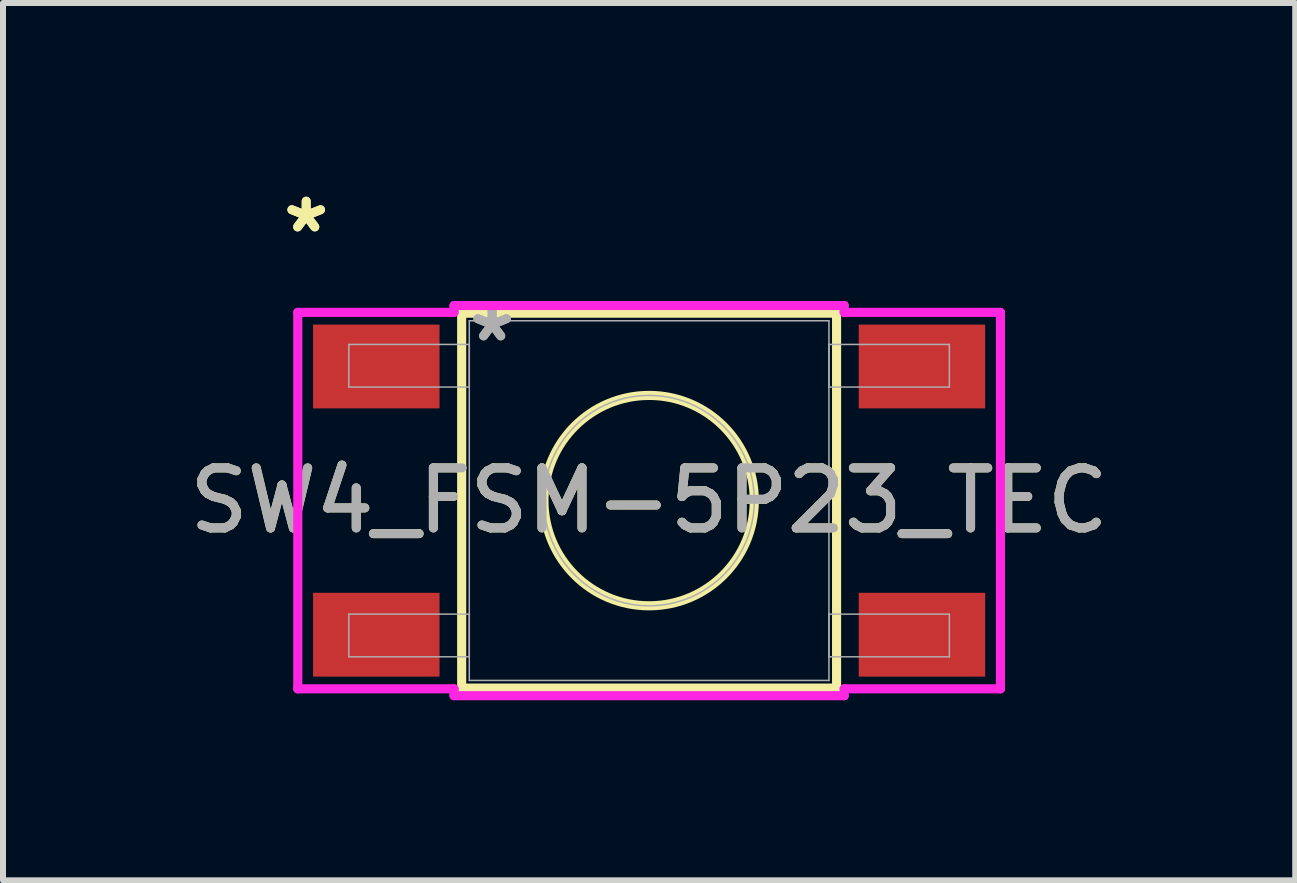
<source format=kicad_pcb>
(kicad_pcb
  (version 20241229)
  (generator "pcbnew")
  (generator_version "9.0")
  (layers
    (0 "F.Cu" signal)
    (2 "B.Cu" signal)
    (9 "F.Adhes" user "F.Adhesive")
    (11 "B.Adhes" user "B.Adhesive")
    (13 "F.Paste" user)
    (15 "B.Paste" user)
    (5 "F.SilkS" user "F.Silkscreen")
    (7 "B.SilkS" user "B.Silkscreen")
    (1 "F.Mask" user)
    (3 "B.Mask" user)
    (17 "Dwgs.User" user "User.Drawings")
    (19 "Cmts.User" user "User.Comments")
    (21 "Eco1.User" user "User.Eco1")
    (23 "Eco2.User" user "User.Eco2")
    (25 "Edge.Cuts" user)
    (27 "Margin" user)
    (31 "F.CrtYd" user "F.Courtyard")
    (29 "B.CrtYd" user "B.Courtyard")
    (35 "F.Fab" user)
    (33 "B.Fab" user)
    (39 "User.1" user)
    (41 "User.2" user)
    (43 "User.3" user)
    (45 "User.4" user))
  (footprint "SW4_FSM-5P23_TEC"
    (layer "F.Cu")
    (at 7.768 5.293)
    (property "Reference" "SW4_FSM-5P23_TEC" (at 0 0 0) (unlocked yes) (layer "F.SilkS") (effects (font (size 1 1) (thickness 0.15))))
    (attr smd)
    (fp_line (start -3.124 -3.124) (end -3.124 3.124) (stroke (width 0.152) (type solid)) (layer "F.SilkS"))
    (fp_line (start -3.124 3.124) (end 3.124 3.124) (stroke (width 0.152) (type solid)) (layer "F.SilkS"))
    (fp_line (start 3.124 -3.124) (end -3.124 -3.124) (stroke (width 0.152) (type solid)) (layer "F.SilkS"))
    (fp_line (start 3.124 3.124) (end 3.124 -3.124) (stroke (width 0.152) (type solid)) (layer "F.SilkS"))
    (fp_circle (center 0 0) (end 1.753 0) (stroke (width 0.152) (type solid)) (fill no) (layer "F.SilkS"))
    (fp_line (start -5.855 -3.137) (end -3.251 -3.137) (stroke (width 0.152) (type solid)) (layer "F.CrtYd"))
    (fp_line (start -5.855 3.137) (end -5.855 -3.137) (stroke (width 0.152) (type solid)) (layer "F.CrtYd"))
    (fp_line (start -3.251 -3.251) (end 3.251 -3.251) (stroke (width 0.152) (type solid)) (layer "F.CrtYd"))
    (fp_line (start -3.251 -3.137) (end -3.251 -3.251) (stroke (width 0.152) (type solid)) (layer "F.CrtYd"))
    (fp_line (start -3.251 3.137) (end -5.855 3.137) (stroke (width 0.152) (type solid)) (layer "F.CrtYd"))
    (fp_line (start -3.251 3.251) (end -3.251 3.137) (stroke (width 0.152) (type solid)) (layer "F.CrtYd"))
    (fp_line (start 3.251 -3.251) (end 3.251 -3.137) (stroke (width 0.152) (type solid)) (layer "F.CrtYd"))
    (fp_line (start 3.251 -3.137) (end 5.855 -3.137) (stroke (width 0.152) (type solid)) (layer "F.CrtYd"))
    (fp_line (start 3.251 3.137) (end 3.251 3.251) (stroke (width 0.152) (type solid)) (layer "F.CrtYd"))
    (fp_line (start 3.251 3.251) (end -3.251 3.251) (stroke (width 0.152) (type solid)) (layer "F.CrtYd"))
    (fp_line (start 5.855 -3.137) (end 5.855 3.137) (stroke (width 0.152) (type solid)) (layer "F.CrtYd"))
    (fp_line (start 5.855 3.137) (end 3.251 3.137) (stroke (width 0.152) (type solid)) (layer "F.CrtYd"))
    (fp_line (start -5.004 -2.603) (end -5.004 -1.892) (stroke (width 0.025) (type solid)) (layer "F.Fab"))
    (fp_line (start -5.004 -1.892) (end -2.997 -1.892) (stroke (width 0.025) (type solid)) (layer "F.Fab"))
    (fp_line (start -5.004 1.892) (end -5.004 2.603) (stroke (width 0.025) (type solid)) (layer "F.Fab"))
    (fp_line (start -5.004 2.603) (end -2.997 2.603) (stroke (width 0.025) (type solid)) (layer "F.Fab"))
    (fp_line (start -2.997 -2.997) (end -2.997 2.997) (stroke (width 0.025) (type solid)) (layer "F.Fab"))
    (fp_line (start -2.997 -2.603) (end -5.004 -2.603) (stroke (width 0.025) (type solid)) (layer "F.Fab"))
    (fp_line (start -2.997 -1.892) (end -2.997 -2.603) (stroke (width 0.025) (type solid)) (layer "F.Fab"))
    (fp_line (start -2.997 1.892) (end -5.004 1.892) (stroke (width 0.025) (type solid)) (layer "F.Fab"))
    (fp_line (start -2.997 2.603) (end -2.997 1.892) (stroke (width 0.025) (type solid)) (layer "F.Fab"))
    (fp_line (start -2.997 2.997) (end 2.997 2.997) (stroke (width 0.025) (type solid)) (layer "F.Fab"))
    (fp_line (start 2.997 -2.997) (end -2.997 -2.997) (stroke (width 0.025) (type solid)) (layer "F.Fab"))
    (fp_line (start 2.997 -2.603) (end 2.997 -1.892) (stroke (width 0.025) (type solid)) (layer "F.Fab"))
    (fp_line (start 2.997 -1.892) (end 5.004 -1.892) (stroke (width 0.025) (type solid)) (layer "F.Fab"))
    (fp_line (start 2.997 1.892) (end 2.997 2.603) (stroke (width 0.025) (type solid)) (layer "F.Fab"))
    (fp_line (start 2.997 2.603) (end 5.004 2.603) (stroke (width 0.025) (type solid)) (layer "F.Fab"))
    (fp_line (start 2.997 2.997) (end 2.997 -2.997) (stroke (width 0.025) (type solid)) (layer "F.Fab"))
    (fp_line (start 5.004 -2.603) (end 2.997 -2.603) (stroke (width 0.025) (type solid)) (layer "F.Fab"))
    (fp_line (start 5.004 -1.892) (end 5.004 -2.603) (stroke (width 0.025) (type solid)) (layer "F.Fab"))
    (fp_line (start 5.004 1.892) (end 2.997 1.892) (stroke (width 0.025) (type solid)) (layer "F.Fab"))
    (fp_line (start 5.004 2.603) (end 5.004 1.892) (stroke (width 0.025) (type solid)) (layer "F.Fab"))
    (fp_circle (center 0 0) (end 1.753 0) (stroke (width 0.025) (type solid)) (fill no) (layer "F.Fab"))
    (fp_text user "*" (at -5.715 -4.445 0) (unlocked yes) (layer "F.SilkS") (effects (font (size 1 1) (thickness 0.15))))
    (fp_text user "*" (at -5.715 -4.445 0) (layer "F.SilkS") (effects (font (size 1 1) (thickness 0.15))))
    (fp_text user "*" (at -2.616 -2.629 0) (unlocked yes) (layer "F.Fab") (effects (font (size 1 1) (thickness 0.15))))
    (fp_text user "${REFERENCE}" (at 0 0 0) (unlocked yes) (layer "F.Fab") (effects (font (size 1 1) (thickness 0.15))))
    (fp_text user "*" (at -2.616 -2.629 0) (layer "F.Fab") (effects (font (size 1 1) (thickness 0.15))))
    (pad "1" smd rect (at -4.547 -2.235) (size 2.108 1.397) (layers "F.Cu" "F.Mask" "F.Paste"))
    (pad "2" smd rect (at 4.547 -2.235) (size 2.108 1.397) (layers "F.Cu" "F.Mask" "F.Paste"))
    (pad "3" smd rect (at -4.547 2.235) (size 2.108 1.397) (layers "F.Cu" "F.Mask" "F.Paste"))
    (pad "4" smd rect (at 4.547 2.235) (size 2.108 1.397) (layers "F.Cu" "F.Mask" "F.Paste")))
  (gr_rect
    (start -3 -3)
    (end 18.536 11.621)
    (stroke (width 0.1) (type default))
    (fill no)
    (layer "Edge.Cuts")))
</source>
